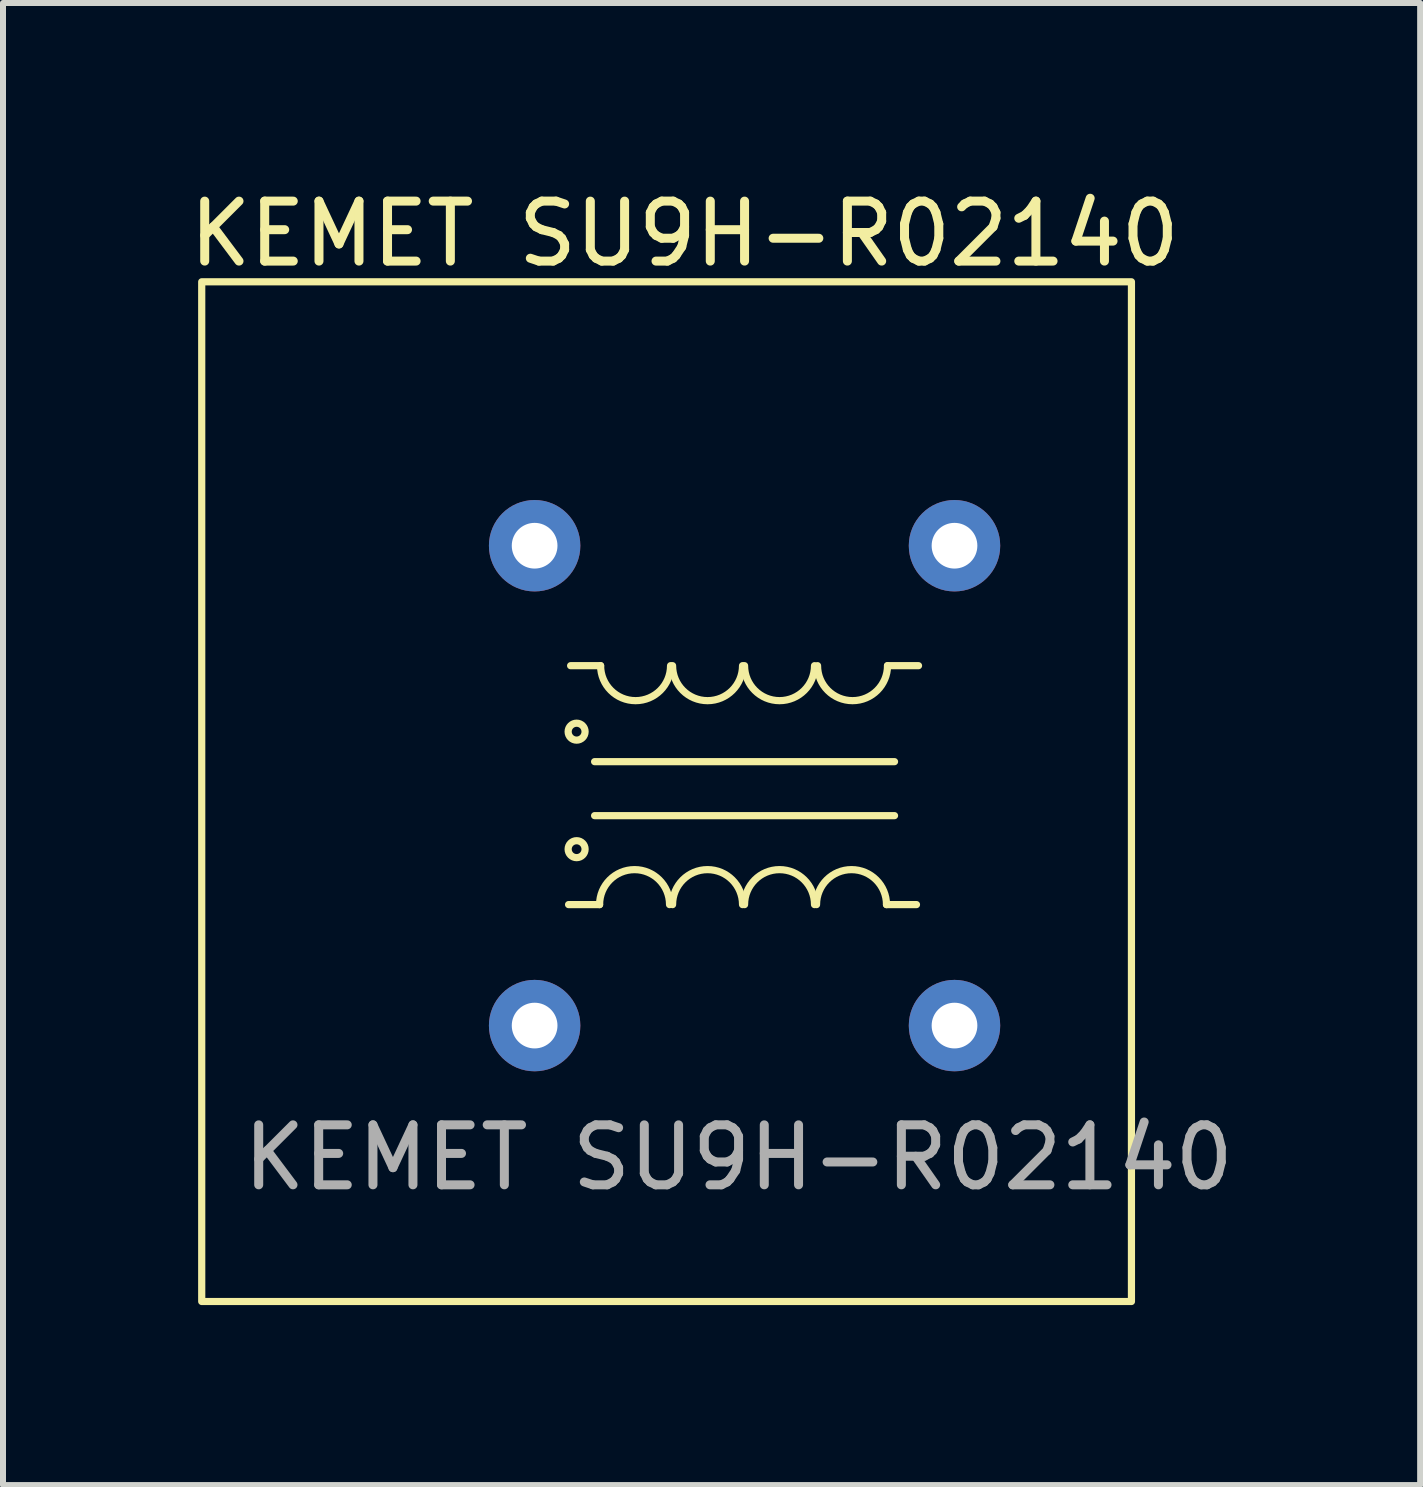
<source format=kicad_pcb>
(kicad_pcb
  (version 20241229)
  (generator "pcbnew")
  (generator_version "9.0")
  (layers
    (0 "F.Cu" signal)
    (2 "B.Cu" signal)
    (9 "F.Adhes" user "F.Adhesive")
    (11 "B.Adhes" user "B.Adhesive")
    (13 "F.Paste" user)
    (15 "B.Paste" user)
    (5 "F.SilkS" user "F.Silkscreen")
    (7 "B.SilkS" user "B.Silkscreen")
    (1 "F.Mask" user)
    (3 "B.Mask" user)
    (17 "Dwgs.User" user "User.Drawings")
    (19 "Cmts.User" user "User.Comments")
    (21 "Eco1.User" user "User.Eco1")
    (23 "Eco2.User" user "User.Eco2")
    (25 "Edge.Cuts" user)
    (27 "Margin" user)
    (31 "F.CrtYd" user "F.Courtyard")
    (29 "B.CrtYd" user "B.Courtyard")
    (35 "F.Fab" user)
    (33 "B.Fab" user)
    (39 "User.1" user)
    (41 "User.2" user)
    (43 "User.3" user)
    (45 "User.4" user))
  (footprint "KEMET SU9H-R02140"
    (layer "F.Cu")
    (at 9.363 10.048)
    (property "Reference" "KEMET SU9H-R02140" (at -1 -9.2 0) (unlocked yes) (layer "F.SilkS") (effects (font (size 1 1) (thickness 0.15))))
    (attr through_hole)
    (fp_line (start -2.5 -0.4) (end 2.5 -0.4) (stroke (width 0.12) (type solid)) (layer "F.SilkS"))
    (fp_line (start -2.5 0.5) (end 2.5 0.5) (stroke (width 0.12) (type solid)) (layer "F.SilkS"))
    (fp_line (start -2.417 1.983) (end -2.934 1.983) (stroke (width 0.12) (type solid)) (layer "F.SilkS"))
    (fp_line (start -2.4 -2) (end -2.9 -2) (stroke (width 0.12) (type solid)) (layer "F.SilkS"))
    (fp_line (start 2.366 1.983) (end 2.866 1.983) (stroke (width 0.12) (type solid)) (layer "F.SilkS"))
    (fp_line (start 2.383 -2) (end 2.9 -2) (stroke (width 0.12) (type solid)) (layer "F.SilkS"))
    (fp_rect (start -9.05 -8.4) (end 6.45 8.6) (stroke (width 0.12) (type solid)) (fill no) (layer "F.SilkS"))
    (fp_arc (start -2.416905 1.983095) (mid -1.83381 1.4) (end -1.250715 1.983095) (stroke (width 0.12) (type solid)) (layer "F.SilkS"))
    (fp_arc (start -1.23381 -2) (mid -1.816905 -1.416905) (end -2.4 -2) (stroke (width 0.12) (type solid)) (layer "F.SilkS"))
    (fp_arc (start -1.2 1.983095) (mid -0.616905 1.4) (end -0.03381 1.983095) (stroke (width 0.12) (type solid)) (layer "F.SilkS"))
    (fp_arc (start -0.03381 -2) (mid -0.616905 -1.416905) (end -1.2 -2) (stroke (width 0.12) (type solid)) (layer "F.SilkS"))
    (fp_arc (start 0 1.983095) (mid 0.583095 1.4) (end 1.16619 1.983095) (stroke (width 0.12) (type solid)) (layer "F.SilkS"))
    (fp_arc (start 1.16619 -2) (mid 0.583095 -1.416905) (end 0 -2) (stroke (width 0.12) (type solid)) (layer "F.SilkS"))
    (fp_arc (start 1.2 1.983095) (mid 1.783095 1.4) (end 2.36619 1.983095) (stroke (width 0.12) (type solid)) (layer "F.SilkS"))
    (fp_arc (start 2.383095 -2) (mid 1.8 -1.416905) (end 1.216905 -2) (stroke (width 0.12) (type solid)) (layer "F.SilkS"))
    (fp_circle (center -2.8 -0.9) (end -2.7 -0.8) (stroke (width 0.12) (type solid)) (fill no) (layer "F.SilkS"))
    (fp_circle (center -2.8 1.059) (end -2.7 1.159) (stroke (width 0.12) (type solid)) (fill no) (layer "F.SilkS"))
    (fp_text user "${REFERENCE}" (at -0.1 6.2 0) (unlocked yes) (layer "F.Fab") (effects (font (size 1 1) (thickness 0.15))))
    (pad "1" thru_hole circle (at -3.5 4) (size 1.524 1.524) (drill 0.762) (layers "*.Cu" "*.Mask"))
    (pad "2" thru_hole circle (at -3.5 -4) (size 1.524 1.524) (drill 0.762) (layers "*.Cu" "*.Mask"))
    (pad "3" thru_hole circle (at 3.5 -4) (size 1.524 1.524) (drill 0.762) (layers "*.Cu" "*.Mask"))
    (pad "4" thru_hole circle (at 3.5 4) (size 1.524 1.524) (drill 0.762) (layers "*.Cu" "*.Mask")))
  (gr_rect
    (start -3 -3)
    (end 20.626 21.708)
    (stroke (width 0.1) (type default))
    (fill no)
    (layer "Edge.Cuts")))
</source>
